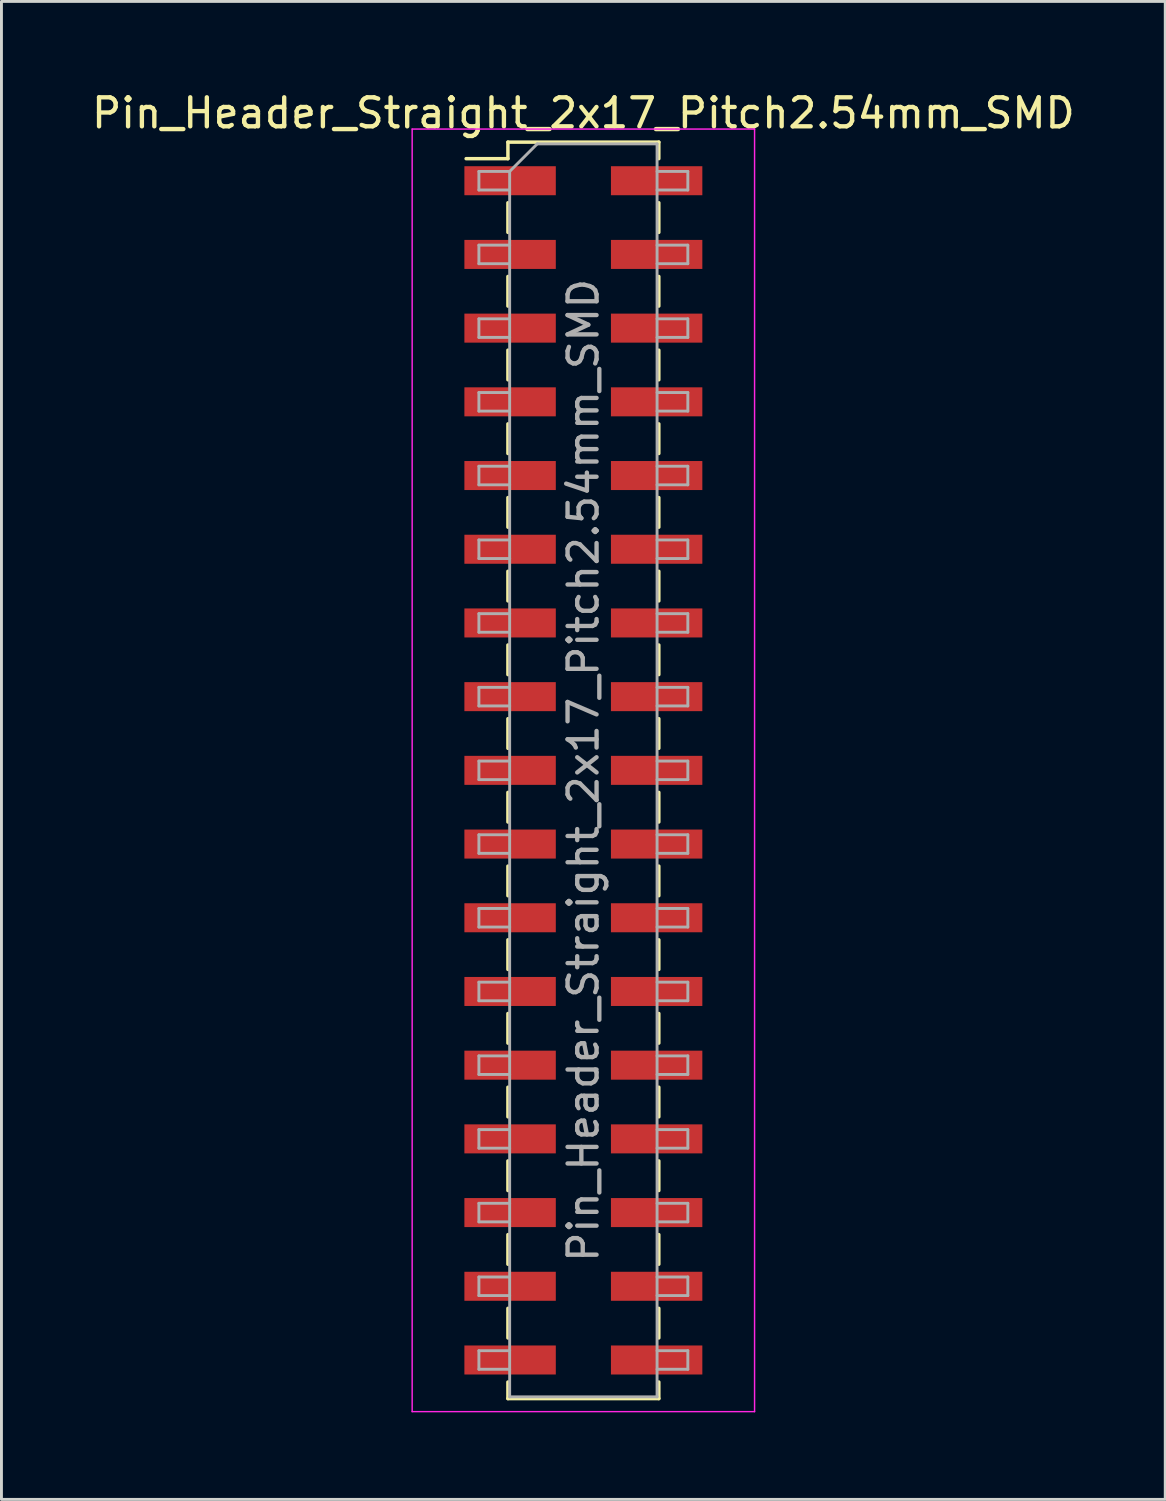
<source format=kicad_pcb>
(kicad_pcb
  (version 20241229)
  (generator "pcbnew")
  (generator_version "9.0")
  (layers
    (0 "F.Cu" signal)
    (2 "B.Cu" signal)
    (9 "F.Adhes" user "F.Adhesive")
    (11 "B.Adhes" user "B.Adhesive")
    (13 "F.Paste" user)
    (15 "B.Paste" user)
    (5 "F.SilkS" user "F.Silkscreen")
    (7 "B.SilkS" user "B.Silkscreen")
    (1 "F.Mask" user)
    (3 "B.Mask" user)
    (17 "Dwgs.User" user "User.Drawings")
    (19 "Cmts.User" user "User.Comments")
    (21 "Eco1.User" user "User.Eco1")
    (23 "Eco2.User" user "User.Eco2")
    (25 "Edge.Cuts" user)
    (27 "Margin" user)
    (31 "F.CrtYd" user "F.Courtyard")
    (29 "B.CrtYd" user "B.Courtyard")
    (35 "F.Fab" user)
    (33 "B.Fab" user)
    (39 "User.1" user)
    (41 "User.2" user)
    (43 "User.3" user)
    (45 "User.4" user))
  (footprint "Pin_Header_Straight_2x17_Pitch2.54mm_SMD"
    (layer "F.Cu")
    (at 17.054 23.498)
    (property "Reference" "Pin_Header_Straight_2x17_Pitch2.54mm_SMD" (at 0 -22.65 0) (layer "F.SilkS") (effects (font (size 1 1) (thickness 0.15))))
    (attr smd)
    (fp_line (start -4.04 -21.08) (end -2.6 -21.08) (stroke (width 0.12) (type solid)) (layer "F.SilkS"))
    (fp_line (start -2.6 -21.65) (end -2.6 -21.08) (stroke (width 0.12) (type solid)) (layer "F.SilkS"))
    (fp_line (start -2.6 -21.65) (end 2.6 -21.65) (stroke (width 0.12) (type solid)) (layer "F.SilkS"))
    (fp_line (start -2.6 -19.56) (end -2.6 -18.54) (stroke (width 0.12) (type solid)) (layer "F.SilkS"))
    (fp_line (start -2.6 -17.02) (end -2.6 -16) (stroke (width 0.12) (type solid)) (layer "F.SilkS"))
    (fp_line (start -2.6 -14.48) (end -2.6 -13.46) (stroke (width 0.12) (type solid)) (layer "F.SilkS"))
    (fp_line (start -2.6 -11.94) (end -2.6 -10.92) (stroke (width 0.12) (type solid)) (layer "F.SilkS"))
    (fp_line (start -2.6 -9.4) (end -2.6 -8.38) (stroke (width 0.12) (type solid)) (layer "F.SilkS"))
    (fp_line (start -2.6 -6.86) (end -2.6 -5.84) (stroke (width 0.12) (type solid)) (layer "F.SilkS"))
    (fp_line (start -2.6 -4.32) (end -2.6 -3.3) (stroke (width 0.12) (type solid)) (layer "F.SilkS"))
    (fp_line (start -2.6 -1.78) (end -2.6 -0.76) (stroke (width 0.12) (type solid)) (layer "F.SilkS"))
    (fp_line (start -2.6 0.76) (end -2.6 1.78) (stroke (width 0.12) (type solid)) (layer "F.SilkS"))
    (fp_line (start -2.6 3.3) (end -2.6 4.32) (stroke (width 0.12) (type solid)) (layer "F.SilkS"))
    (fp_line (start -2.6 5.84) (end -2.6 6.86) (stroke (width 0.12) (type solid)) (layer "F.SilkS"))
    (fp_line (start -2.6 8.38) (end -2.6 9.4) (stroke (width 0.12) (type solid)) (layer "F.SilkS"))
    (fp_line (start -2.6 10.92) (end -2.6 11.94) (stroke (width 0.12) (type solid)) (layer "F.SilkS"))
    (fp_line (start -2.6 13.46) (end -2.6 14.48) (stroke (width 0.12) (type solid)) (layer "F.SilkS"))
    (fp_line (start -2.6 16) (end -2.6 17.02) (stroke (width 0.12) (type solid)) (layer "F.SilkS"))
    (fp_line (start -2.6 18.54) (end -2.6 19.56) (stroke (width 0.12) (type solid)) (layer "F.SilkS"))
    (fp_line (start -2.6 21.08) (end -2.6 21.65) (stroke (width 0.12) (type solid)) (layer "F.SilkS"))
    (fp_line (start -2.6 21.65) (end 2.6 21.65) (stroke (width 0.12) (type solid)) (layer "F.SilkS"))
    (fp_line (start 2.6 -21.65) (end 2.6 -21.08) (stroke (width 0.12) (type solid)) (layer "F.SilkS"))
    (fp_line (start 2.6 -19.56) (end 2.6 -18.54) (stroke (width 0.12) (type solid)) (layer "F.SilkS"))
    (fp_line (start 2.6 -17.02) (end 2.6 -16) (stroke (width 0.12) (type solid)) (layer "F.SilkS"))
    (fp_line (start 2.6 -14.48) (end 2.6 -13.46) (stroke (width 0.12) (type solid)) (layer "F.SilkS"))
    (fp_line (start 2.6 -11.94) (end 2.6 -10.92) (stroke (width 0.12) (type solid)) (layer "F.SilkS"))
    (fp_line (start 2.6 -9.4) (end 2.6 -8.38) (stroke (width 0.12) (type solid)) (layer "F.SilkS"))
    (fp_line (start 2.6 -6.86) (end 2.6 -5.84) (stroke (width 0.12) (type solid)) (layer "F.SilkS"))
    (fp_line (start 2.6 -4.32) (end 2.6 -3.3) (stroke (width 0.12) (type solid)) (layer "F.SilkS"))
    (fp_line (start 2.6 -1.78) (end 2.6 -0.76) (stroke (width 0.12) (type solid)) (layer "F.SilkS"))
    (fp_line (start 2.6 0.76) (end 2.6 1.78) (stroke (width 0.12) (type solid)) (layer "F.SilkS"))
    (fp_line (start 2.6 3.3) (end 2.6 4.32) (stroke (width 0.12) (type solid)) (layer "F.SilkS"))
    (fp_line (start 2.6 5.84) (end 2.6 6.86) (stroke (width 0.12) (type solid)) (layer "F.SilkS"))
    (fp_line (start 2.6 8.38) (end 2.6 9.4) (stroke (width 0.12) (type solid)) (layer "F.SilkS"))
    (fp_line (start 2.6 10.92) (end 2.6 11.94) (stroke (width 0.12) (type solid)) (layer "F.SilkS"))
    (fp_line (start 2.6 13.46) (end 2.6 14.48) (stroke (width 0.12) (type solid)) (layer "F.SilkS"))
    (fp_line (start 2.6 16) (end 2.6 17.02) (stroke (width 0.12) (type solid)) (layer "F.SilkS"))
    (fp_line (start 2.6 18.54) (end 2.6 19.56) (stroke (width 0.12) (type solid)) (layer "F.SilkS"))
    (fp_line (start 2.6 21.08) (end 2.6 21.65) (stroke (width 0.12) (type solid)) (layer "F.SilkS"))
    (fp_line (start -5.9 -22.1) (end -5.9 22.1) (stroke (width 0.05) (type solid)) (layer "F.CrtYd"))
    (fp_line (start -5.9 22.1) (end 5.9 22.1) (stroke (width 0.05) (type solid)) (layer "F.CrtYd"))
    (fp_line (start 5.9 -22.1) (end -5.9 -22.1) (stroke (width 0.05) (type solid)) (layer "F.CrtYd"))
    (fp_line (start 5.9 22.1) (end 5.9 -22.1) (stroke (width 0.05) (type solid)) (layer "F.CrtYd"))
    (fp_line (start -3.6 -20.64) (end -3.6 -20) (stroke (width 0.1) (type solid)) (layer "F.Fab"))
    (fp_line (start -3.6 -20) (end -2.54 -20) (stroke (width 0.1) (type solid)) (layer "F.Fab"))
    (fp_line (start -3.6 -18.1) (end -3.6 -17.46) (stroke (width 0.1) (type solid)) (layer "F.Fab"))
    (fp_line (start -3.6 -17.46) (end -2.54 -17.46) (stroke (width 0.1) (type solid)) (layer "F.Fab"))
    (fp_line (start -3.6 -15.56) (end -3.6 -14.92) (stroke (width 0.1) (type solid)) (layer "F.Fab"))
    (fp_line (start -3.6 -14.92) (end -2.54 -14.92) (stroke (width 0.1) (type solid)) (layer "F.Fab"))
    (fp_line (start -3.6 -13.02) (end -3.6 -12.38) (stroke (width 0.1) (type solid)) (layer "F.Fab"))
    (fp_line (start -3.6 -12.38) (end -2.54 -12.38) (stroke (width 0.1) (type solid)) (layer "F.Fab"))
    (fp_line (start -3.6 -10.48) (end -3.6 -9.84) (stroke (width 0.1) (type solid)) (layer "F.Fab"))
    (fp_line (start -3.6 -9.84) (end -2.54 -9.84) (stroke (width 0.1) (type solid)) (layer "F.Fab"))
    (fp_line (start -3.6 -7.94) (end -3.6 -7.3) (stroke (width 0.1) (type solid)) (layer "F.Fab"))
    (fp_line (start -3.6 -7.3) (end -2.54 -7.3) (stroke (width 0.1) (type solid)) (layer "F.Fab"))
    (fp_line (start -3.6 -5.4) (end -3.6 -4.76) (stroke (width 0.1) (type solid)) (layer "F.Fab"))
    (fp_line (start -3.6 -4.76) (end -2.54 -4.76) (stroke (width 0.1) (type solid)) (layer "F.Fab"))
    (fp_line (start -3.6 -2.86) (end -3.6 -2.22) (stroke (width 0.1) (type solid)) (layer "F.Fab"))
    (fp_line (start -3.6 -2.22) (end -2.54 -2.22) (stroke (width 0.1) (type solid)) (layer "F.Fab"))
    (fp_line (start -3.6 -0.32) (end -3.6 0.32) (stroke (width 0.1) (type solid)) (layer "F.Fab"))
    (fp_line (start -3.6 0.32) (end -2.54 0.32) (stroke (width 0.1) (type solid)) (layer "F.Fab"))
    (fp_line (start -3.6 2.22) (end -3.6 2.86) (stroke (width 0.1) (type solid)) (layer "F.Fab"))
    (fp_line (start -3.6 2.86) (end -2.54 2.86) (stroke (width 0.1) (type solid)) (layer "F.Fab"))
    (fp_line (start -3.6 4.76) (end -3.6 5.4) (stroke (width 0.1) (type solid)) (layer "F.Fab"))
    (fp_line (start -3.6 5.4) (end -2.54 5.4) (stroke (width 0.1) (type solid)) (layer "F.Fab"))
    (fp_line (start -3.6 7.3) (end -3.6 7.94) (stroke (width 0.1) (type solid)) (layer "F.Fab"))
    (fp_line (start -3.6 7.94) (end -2.54 7.94) (stroke (width 0.1) (type solid)) (layer "F.Fab"))
    (fp_line (start -3.6 9.84) (end -3.6 10.48) (stroke (width 0.1) (type solid)) (layer "F.Fab"))
    (fp_line (start -3.6 10.48) (end -2.54 10.48) (stroke (width 0.1) (type solid)) (layer "F.Fab"))
    (fp_line (start -3.6 12.38) (end -3.6 13.02) (stroke (width 0.1) (type solid)) (layer "F.Fab"))
    (fp_line (start -3.6 13.02) (end -2.54 13.02) (stroke (width 0.1) (type solid)) (layer "F.Fab"))
    (fp_line (start -3.6 14.92) (end -3.6 15.56) (stroke (width 0.1) (type solid)) (layer "F.Fab"))
    (fp_line (start -3.6 15.56) (end -2.54 15.56) (stroke (width 0.1) (type solid)) (layer "F.Fab"))
    (fp_line (start -3.6 17.46) (end -3.6 18.1) (stroke (width 0.1) (type solid)) (layer "F.Fab"))
    (fp_line (start -3.6 18.1) (end -2.54 18.1) (stroke (width 0.1) (type solid)) (layer "F.Fab"))
    (fp_line (start -3.6 20) (end -3.6 20.64) (stroke (width 0.1) (type solid)) (layer "F.Fab"))
    (fp_line (start -3.6 20.64) (end -2.54 20.64) (stroke (width 0.1) (type solid)) (layer "F.Fab"))
    (fp_line (start -2.54 -20.64) (end -3.6 -20.64) (stroke (width 0.1) (type solid)) (layer "F.Fab"))
    (fp_line (start -2.54 -20.64) (end -1.59 -21.59) (stroke (width 0.1) (type solid)) (layer "F.Fab"))
    (fp_line (start -2.54 -18.1) (end -3.6 -18.1) (stroke (width 0.1) (type solid)) (layer "F.Fab"))
    (fp_line (start -2.54 -15.56) (end -3.6 -15.56) (stroke (width 0.1) (type solid)) (layer "F.Fab"))
    (fp_line (start -2.54 -13.02) (end -3.6 -13.02) (stroke (width 0.1) (type solid)) (layer "F.Fab"))
    (fp_line (start -2.54 -10.48) (end -3.6 -10.48) (stroke (width 0.1) (type solid)) (layer "F.Fab"))
    (fp_line (start -2.54 -7.94) (end -3.6 -7.94) (stroke (width 0.1) (type solid)) (layer "F.Fab"))
    (fp_line (start -2.54 -5.4) (end -3.6 -5.4) (stroke (width 0.1) (type solid)) (layer "F.Fab"))
    (fp_line (start -2.54 -2.86) (end -3.6 -2.86) (stroke (width 0.1) (type solid)) (layer "F.Fab"))
    (fp_line (start -2.54 -0.32) (end -3.6 -0.32) (stroke (width 0.1) (type solid)) (layer "F.Fab"))
    (fp_line (start -2.54 2.22) (end -3.6 2.22) (stroke (width 0.1) (type solid)) (layer "F.Fab"))
    (fp_line (start -2.54 4.76) (end -3.6 4.76) (stroke (width 0.1) (type solid)) (layer "F.Fab"))
    (fp_line (start -2.54 7.3) (end -3.6 7.3) (stroke (width 0.1) (type solid)) (layer "F.Fab"))
    (fp_line (start -2.54 9.84) (end -3.6 9.84) (stroke (width 0.1) (type solid)) (layer "F.Fab"))
    (fp_line (start -2.54 12.38) (end -3.6 12.38) (stroke (width 0.1) (type solid)) (layer "F.Fab"))
    (fp_line (start -2.54 14.92) (end -3.6 14.92) (stroke (width 0.1) (type solid)) (layer "F.Fab"))
    (fp_line (start -2.54 17.46) (end -3.6 17.46) (stroke (width 0.1) (type solid)) (layer "F.Fab"))
    (fp_line (start -2.54 20) (end -3.6 20) (stroke (width 0.1) (type solid)) (layer "F.Fab"))
    (fp_line (start -2.54 21.59) (end -2.54 -20.64) (stroke (width 0.1) (type solid)) (layer "F.Fab"))
    (fp_line (start -1.59 -21.59) (end 2.54 -21.59) (stroke (width 0.1) (type solid)) (layer "F.Fab"))
    (fp_line (start 2.54 -21.59) (end 2.54 21.59) (stroke (width 0.1) (type solid)) (layer "F.Fab"))
    (fp_line (start 2.54 -20.64) (end 3.6 -20.64) (stroke (width 0.1) (type solid)) (layer "F.Fab"))
    (fp_line (start 2.54 -18.1) (end 3.6 -18.1) (stroke (width 0.1) (type solid)) (layer "F.Fab"))
    (fp_line (start 2.54 -15.56) (end 3.6 -15.56) (stroke (width 0.1) (type solid)) (layer "F.Fab"))
    (fp_line (start 2.54 -13.02) (end 3.6 -13.02) (stroke (width 0.1) (type solid)) (layer "F.Fab"))
    (fp_line (start 2.54 -10.48) (end 3.6 -10.48) (stroke (width 0.1) (type solid)) (layer "F.Fab"))
    (fp_line (start 2.54 -7.94) (end 3.6 -7.94) (stroke (width 0.1) (type solid)) (layer "F.Fab"))
    (fp_line (start 2.54 -5.4) (end 3.6 -5.4) (stroke (width 0.1) (type solid)) (layer "F.Fab"))
    (fp_line (start 2.54 -2.86) (end 3.6 -2.86) (stroke (width 0.1) (type solid)) (layer "F.Fab"))
    (fp_line (start 2.54 -0.32) (end 3.6 -0.32) (stroke (width 0.1) (type solid)) (layer "F.Fab"))
    (fp_line (start 2.54 2.22) (end 3.6 2.22) (stroke (width 0.1) (type solid)) (layer "F.Fab"))
    (fp_line (start 2.54 4.76) (end 3.6 4.76) (stroke (width 0.1) (type solid)) (layer "F.Fab"))
    (fp_line (start 2.54 7.3) (end 3.6 7.3) (stroke (width 0.1) (type solid)) (layer "F.Fab"))
    (fp_line (start 2.54 9.84) (end 3.6 9.84) (stroke (width 0.1) (type solid)) (layer "F.Fab"))
    (fp_line (start 2.54 12.38) (end 3.6 12.38) (stroke (width 0.1) (type solid)) (layer "F.Fab"))
    (fp_line (start 2.54 14.92) (end 3.6 14.92) (stroke (width 0.1) (type solid)) (layer "F.Fab"))
    (fp_line (start 2.54 17.46) (end 3.6 17.46) (stroke (width 0.1) (type solid)) (layer "F.Fab"))
    (fp_line (start 2.54 20) (end 3.6 20) (stroke (width 0.1) (type solid)) (layer "F.Fab"))
    (fp_line (start 2.54 21.59) (end -2.54 21.59) (stroke (width 0.1) (type solid)) (layer "F.Fab"))
    (fp_line (start 3.6 -20.64) (end 3.6 -20) (stroke (width 0.1) (type solid)) (layer "F.Fab"))
    (fp_line (start 3.6 -20) (end 2.54 -20) (stroke (width 0.1) (type solid)) (layer "F.Fab"))
    (fp_line (start 3.6 -18.1) (end 3.6 -17.46) (stroke (width 0.1) (type solid)) (layer "F.Fab"))
    (fp_line (start 3.6 -17.46) (end 2.54 -17.46) (stroke (width 0.1) (type solid)) (layer "F.Fab"))
    (fp_line (start 3.6 -15.56) (end 3.6 -14.92) (stroke (width 0.1) (type solid)) (layer "F.Fab"))
    (fp_line (start 3.6 -14.92) (end 2.54 -14.92) (stroke (width 0.1) (type solid)) (layer "F.Fab"))
    (fp_line (start 3.6 -13.02) (end 3.6 -12.38) (stroke (width 0.1) (type solid)) (layer "F.Fab"))
    (fp_line (start 3.6 -12.38) (end 2.54 -12.38) (stroke (width 0.1) (type solid)) (layer "F.Fab"))
    (fp_line (start 3.6 -10.48) (end 3.6 -9.84) (stroke (width 0.1) (type solid)) (layer "F.Fab"))
    (fp_line (start 3.6 -9.84) (end 2.54 -9.84) (stroke (width 0.1) (type solid)) (layer "F.Fab"))
    (fp_line (start 3.6 -7.94) (end 3.6 -7.3) (stroke (width 0.1) (type solid)) (layer "F.Fab"))
    (fp_line (start 3.6 -7.3) (end 2.54 -7.3) (stroke (width 0.1) (type solid)) (layer "F.Fab"))
    (fp_line (start 3.6 -5.4) (end 3.6 -4.76) (stroke (width 0.1) (type solid)) (layer "F.Fab"))
    (fp_line (start 3.6 -4.76) (end 2.54 -4.76) (stroke (width 0.1) (type solid)) (layer "F.Fab"))
    (fp_line (start 3.6 -2.86) (end 3.6 -2.22) (stroke (width 0.1) (type solid)) (layer "F.Fab"))
    (fp_line (start 3.6 -2.22) (end 2.54 -2.22) (stroke (width 0.1) (type solid)) (layer "F.Fab"))
    (fp_line (start 3.6 -0.32) (end 3.6 0.32) (stroke (width 0.1) (type solid)) (layer "F.Fab"))
    (fp_line (start 3.6 0.32) (end 2.54 0.32) (stroke (width 0.1) (type solid)) (layer "F.Fab"))
    (fp_line (start 3.6 2.22) (end 3.6 2.86) (stroke (width 0.1) (type solid)) (layer "F.Fab"))
    (fp_line (start 3.6 2.86) (end 2.54 2.86) (stroke (width 0.1) (type solid)) (layer "F.Fab"))
    (fp_line (start 3.6 4.76) (end 3.6 5.4) (stroke (width 0.1) (type solid)) (layer "F.Fab"))
    (fp_line (start 3.6 5.4) (end 2.54 5.4) (stroke (width 0.1) (type solid)) (layer "F.Fab"))
    (fp_line (start 3.6 7.3) (end 3.6 7.94) (stroke (width 0.1) (type solid)) (layer "F.Fab"))
    (fp_line (start 3.6 7.94) (end 2.54 7.94) (stroke (width 0.1) (type solid)) (layer "F.Fab"))
    (fp_line (start 3.6 9.84) (end 3.6 10.48) (stroke (width 0.1) (type solid)) (layer "F.Fab"))
    (fp_line (start 3.6 10.48) (end 2.54 10.48) (stroke (width 0.1) (type solid)) (layer "F.Fab"))
    (fp_line (start 3.6 12.38) (end 3.6 13.02) (stroke (width 0.1) (type solid)) (layer "F.Fab"))
    (fp_line (start 3.6 13.02) (end 2.54 13.02) (stroke (width 0.1) (type solid)) (layer "F.Fab"))
    (fp_line (start 3.6 14.92) (end 3.6 15.56) (stroke (width 0.1) (type solid)) (layer "F.Fab"))
    (fp_line (start 3.6 15.56) (end 2.54 15.56) (stroke (width 0.1) (type solid)) (layer "F.Fab"))
    (fp_line (start 3.6 17.46) (end 3.6 18.1) (stroke (width 0.1) (type solid)) (layer "F.Fab"))
    (fp_line (start 3.6 18.1) (end 2.54 18.1) (stroke (width 0.1) (type solid)) (layer "F.Fab"))
    (fp_line (start 3.6 20) (end 3.6 20.64) (stroke (width 0.1) (type solid)) (layer "F.Fab"))
    (fp_line (start 3.6 20.64) (end 2.54 20.64) (stroke (width 0.1) (type solid)) (layer "F.Fab"))
    (fp_text user "${REFERENCE}" (at 0 0 90) (layer "F.Fab") (effects (font (size 1 1) (thickness 0.15))))
    (pad "1" smd rect (at -2.525 -20.32) (size 3.15 1) (layers "F.Cu" "F.Mask" "F.Paste"))
    (pad "2" smd rect (at 2.525 -20.32) (size 3.15 1) (layers "F.Cu" "F.Mask" "F.Paste"))
    (pad "3" smd rect (at -2.525 -17.78) (size 3.15 1) (layers "F.Cu" "F.Mask" "F.Paste"))
    (pad "4" smd rect (at 2.525 -17.78) (size 3.15 1) (layers "F.Cu" "F.Mask" "F.Paste"))
    (pad "5" smd rect (at -2.525 -15.24) (size 3.15 1) (layers "F.Cu" "F.Mask" "F.Paste"))
    (pad "6" smd rect (at 2.525 -15.24) (size 3.15 1) (layers "F.Cu" "F.Mask" "F.Paste"))
    (pad "7" smd rect (at -2.525 -12.7) (size 3.15 1) (layers "F.Cu" "F.Mask" "F.Paste"))
    (pad "8" smd rect (at 2.525 -12.7) (size 3.15 1) (layers "F.Cu" "F.Mask" "F.Paste"))
    (pad "9" smd rect (at -2.525 -10.16) (size 3.15 1) (layers "F.Cu" "F.Mask" "F.Paste"))
    (pad "10" smd rect (at 2.525 -10.16) (size 3.15 1) (layers "F.Cu" "F.Mask" "F.Paste"))
    (pad "11" smd rect (at -2.525 -7.62) (size 3.15 1) (layers "F.Cu" "F.Mask" "F.Paste"))
    (pad "12" smd rect (at 2.525 -7.62) (size 3.15 1) (layers "F.Cu" "F.Mask" "F.Paste"))
    (pad "13" smd rect (at -2.525 -5.08) (size 3.15 1) (layers "F.Cu" "F.Mask" "F.Paste"))
    (pad "14" smd rect (at 2.525 -5.08) (size 3.15 1) (layers "F.Cu" "F.Mask" "F.Paste"))
    (pad "15" smd rect (at -2.525 -2.54) (size 3.15 1) (layers "F.Cu" "F.Mask" "F.Paste"))
    (pad "16" smd rect (at 2.525 -2.54) (size 3.15 1) (layers "F.Cu" "F.Mask" "F.Paste"))
    (pad "17" smd rect (at -2.525 0) (size 3.15 1) (layers "F.Cu" "F.Mask" "F.Paste"))
    (pad "18" smd rect (at 2.525 0) (size 3.15 1) (layers "F.Cu" "F.Mask" "F.Paste"))
    (pad "19" smd rect (at -2.525 2.54) (size 3.15 1) (layers "F.Cu" "F.Mask" "F.Paste"))
    (pad "20" smd rect (at 2.525 2.54) (size 3.15 1) (layers "F.Cu" "F.Mask" "F.Paste"))
    (pad "21" smd rect (at -2.525 5.08) (size 3.15 1) (layers "F.Cu" "F.Mask" "F.Paste"))
    (pad "22" smd rect (at 2.525 5.08) (size 3.15 1) (layers "F.Cu" "F.Mask" "F.Paste"))
    (pad "23" smd rect (at -2.525 7.62) (size 3.15 1) (layers "F.Cu" "F.Mask" "F.Paste"))
    (pad "24" smd rect (at 2.525 7.62) (size 3.15 1) (layers "F.Cu" "F.Mask" "F.Paste"))
    (pad "25" smd rect (at -2.525 10.16) (size 3.15 1) (layers "F.Cu" "F.Mask" "F.Paste"))
    (pad "26" smd rect (at 2.525 10.16) (size 3.15 1) (layers "F.Cu" "F.Mask" "F.Paste"))
    (pad "27" smd rect (at -2.525 12.7) (size 3.15 1) (layers "F.Cu" "F.Mask" "F.Paste"))
    (pad "28" smd rect (at 2.525 12.7) (size 3.15 1) (layers "F.Cu" "F.Mask" "F.Paste"))
    (pad "29" smd rect (at -2.525 15.24) (size 3.15 1) (layers "F.Cu" "F.Mask" "F.Paste"))
    (pad "30" smd rect (at 2.525 15.24) (size 3.15 1) (layers "F.Cu" "F.Mask" "F.Paste"))
    (pad "31" smd rect (at -2.525 17.78) (size 3.15 1) (layers "F.Cu" "F.Mask" "F.Paste"))
    (pad "32" smd rect (at 2.525 17.78) (size 3.15 1) (layers "F.Cu" "F.Mask" "F.Paste"))
    (pad "33" smd rect (at -2.525 20.32) (size 3.15 1) (layers "F.Cu" "F.Mask" "F.Paste"))
    (pad "34" smd rect (at 2.525 20.32) (size 3.15 1) (layers "F.Cu" "F.Mask" "F.Paste")))
  (gr_rect
    (start -3 -3)
    (end 37.107 48.623)
    (stroke (width 0.1) (type default))
    (fill no)
    (layer "Edge.Cuts")))
</source>
